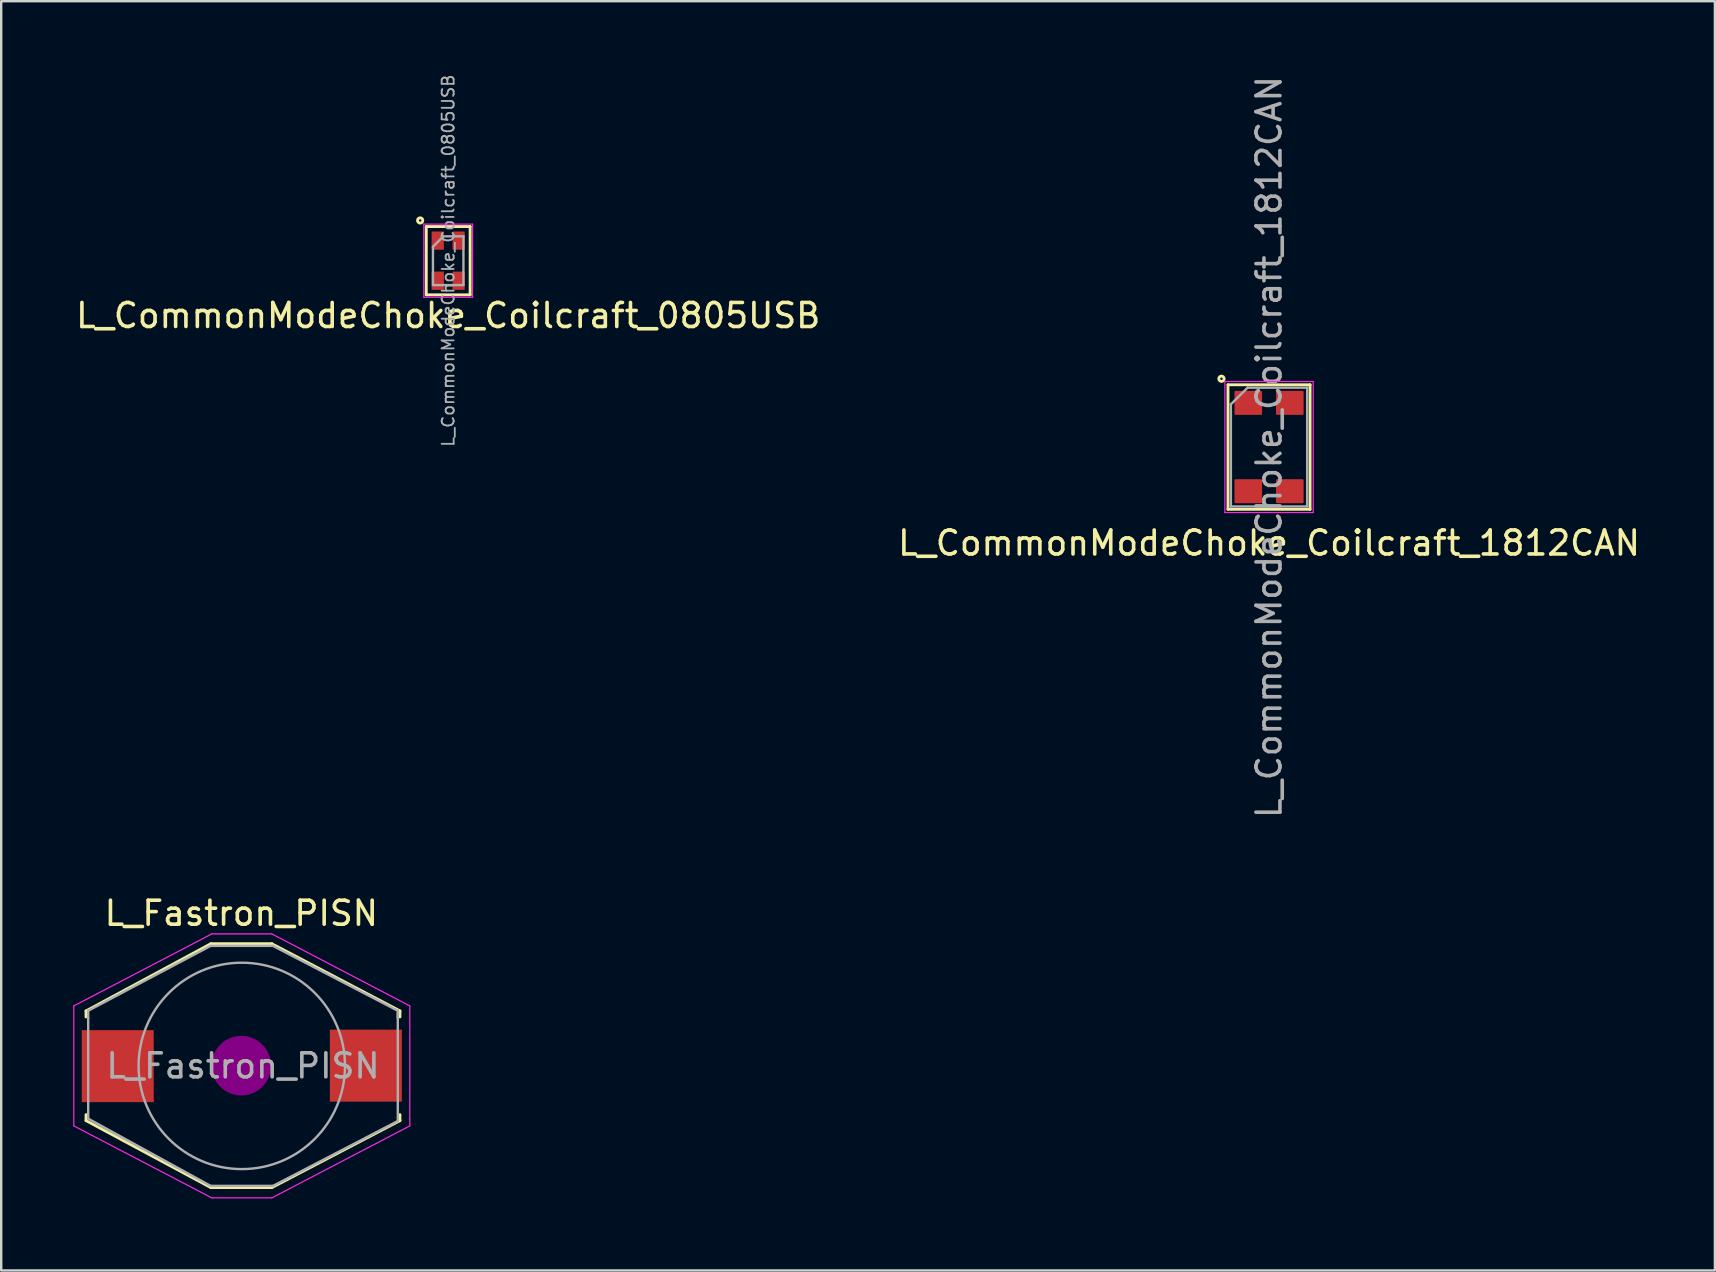
<source format=kicad_pcb>
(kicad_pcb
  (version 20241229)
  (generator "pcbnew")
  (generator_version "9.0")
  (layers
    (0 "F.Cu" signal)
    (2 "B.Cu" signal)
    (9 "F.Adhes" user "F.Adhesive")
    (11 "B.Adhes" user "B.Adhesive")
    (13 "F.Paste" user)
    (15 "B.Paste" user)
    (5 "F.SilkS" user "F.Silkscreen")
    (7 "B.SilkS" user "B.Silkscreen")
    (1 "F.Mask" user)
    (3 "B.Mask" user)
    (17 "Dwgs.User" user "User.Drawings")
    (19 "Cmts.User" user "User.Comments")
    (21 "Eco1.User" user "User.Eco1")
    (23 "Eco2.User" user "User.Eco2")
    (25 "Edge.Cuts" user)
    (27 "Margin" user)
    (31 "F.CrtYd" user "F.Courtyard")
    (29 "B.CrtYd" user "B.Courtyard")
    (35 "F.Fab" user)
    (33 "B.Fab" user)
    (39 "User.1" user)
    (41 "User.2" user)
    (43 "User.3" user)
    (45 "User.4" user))
  (footprint "L_Fastron_PISN"
    (layer "F.Cu")
    (at 7.025 41.363)
    (property "Reference" "L_Fastron_PISN" (at -0.02 -6.36 0) (layer "F.SilkS") (effects (font (size 1 1) (thickness 0.15))))
    (attr smd)
    (fp_line (start -6.49 -2.29) (end -6.49 -2.04) (stroke (width 0.12) (type solid)) (layer "F.SilkS"))
    (fp_line (start -6.49 2.28) (end -6.49 2.03) (stroke (width 0.12) (type solid)) (layer "F.SilkS"))
    (fp_line (start -1.29 -5.09) (end -6.49 -2.29) (stroke (width 0.12) (type solid)) (layer "F.SilkS"))
    (fp_line (start -1.29 -5.09) (end 1.25 -5.09) (stroke (width 0.12) (type solid)) (layer "F.SilkS"))
    (fp_line (start -1.29 5.07) (end -6.49 2.28) (stroke (width 0.12) (type solid)) (layer "F.SilkS"))
    (fp_line (start -1.29 5.07) (end 1.25 5.07) (stroke (width 0.12) (type solid)) (layer "F.SilkS"))
    (fp_line (start 1.25 -5.09) (end 6.59 -2.29) (stroke (width 0.12) (type solid)) (layer "F.SilkS"))
    (fp_line (start 1.25 5.07) (end 6.59 2.28) (stroke (width 0.12) (type solid)) (layer "F.SilkS"))
    (fp_line (start 6.59 -2.29) (end 6.59 -2.04) (stroke (width 0.12) (type solid)) (layer "F.SilkS"))
    (fp_line (start 6.59 2.28) (end 6.59 2.03) (stroke (width 0.12) (type solid)) (layer "F.SilkS"))
    (fp_line (start -0.02 -0.26) (end -0.02 0.25) (stroke (width 0.38) (type solid)) (layer "F.Adhes"))
    (fp_circle (center -0.02 -0.01) (end -0.02 0.5) (stroke (width 0.38) (type solid)) (fill no) (layer "F.Adhes"))
    (fp_circle (center -0.02 -0.01) (end 0.24 -0.01) (stroke (width 0.38) (type solid)) (fill no) (layer "F.Adhes"))
    (fp_circle (center -0.02 -0.01) (end 0.24 0.76) (stroke (width 0.38) (type solid)) (fill no) (layer "F.Adhes"))
    (fp_circle (center -0.02 -0.01) (end 0.24 1.01) (stroke (width 0.38) (type solid)) (fill no) (layer "F.Adhes"))
    (fp_line (start -7 -2.5) (end -1.25 -5.5) (stroke (width 0.05) (type solid)) (layer "F.CrtYd"))
    (fp_line (start -7 2.5) (end -7 -2.5) (stroke (width 0.05) (type solid)) (layer "F.CrtYd"))
    (fp_line (start -1.25 -5.5) (end 1.25 -5.5) (stroke (width 0.05) (type solid)) (layer "F.CrtYd"))
    (fp_line (start -1.25 5.5) (end -7 2.5) (stroke (width 0.05) (type solid)) (layer "F.CrtYd"))
    (fp_line (start 1.25 -5.5) (end 7 -2.5) (stroke (width 0.05) (type solid)) (layer "F.CrtYd"))
    (fp_line (start 1.25 5.5) (end -1.25 5.5) (stroke (width 0.05) (type solid)) (layer "F.CrtYd"))
    (fp_line (start 7 -2.5) (end 7 2.25) (stroke (width 0.05) (type solid)) (layer "F.CrtYd"))
    (fp_line (start 7 2.25) (end 7 2.5) (stroke (width 0.05) (type solid)) (layer "F.CrtYd"))
    (fp_line (start 7 2.5) (end 1.25 5.5) (stroke (width 0.05) (type solid)) (layer "F.CrtYd"))
    (fp_line (start -6.4 -2.3) (end -1.3 -5) (stroke (width 0.1) (type solid)) (layer "F.Fab"))
    (fp_line (start -6.4 -2) (end -6.4 -2.3) (stroke (width 0.1) (type solid)) (layer "F.Fab"))
    (fp_line (start -6.4 -2) (end -6.4 2.2) (stroke (width 0.1) (type solid)) (layer "F.Fab"))
    (fp_line (start -6.4 2.2) (end -1.3 5) (stroke (width 0.1) (type solid)) (layer "F.Fab"))
    (fp_line (start -1.3 -5) (end 1.3 -5) (stroke (width 0.1) (type solid)) (layer "F.Fab"))
    (fp_line (start -1.3 5) (end 1.3 5) (stroke (width 0.1) (type solid)) (layer "F.Fab"))
    (fp_line (start 1.3 -5) (end 6.5 -2.3) (stroke (width 0.1) (type solid)) (layer "F.Fab"))
    (fp_line (start 1.3 5) (end 6.5 2.3) (stroke (width 0.1) (type solid)) (layer "F.Fab"))
    (fp_line (start 6.5 -2.3) (end 6.5 -2) (stroke (width 0.1) (type solid)) (layer "F.Fab"))
    (fp_line (start 6.5 2.3) (end 6.5 -2.2) (stroke (width 0.1) (type solid)) (layer "F.Fab"))
    (fp_circle (center 0 0) (end 0 -4.3) (stroke (width 0.1) (type solid)) (fill no) (layer "F.Fab"))
    (fp_text user "${REFERENCE}" (at 0.05 0 0) (layer "F.Fab") (effects (font (size 1 1) (thickness 0.15))))
    (pad "1" smd rect (at 5.17 -0.01) (size 3 3) (layers "F.Cu" "F.Mask" "F.Paste"))
    (pad "2" smd rect (at -5.17 0.01) (size 3 3) (layers "F.Cu" "F.Mask" "F.Paste")))
  (footprint "L_CommonModeChoke_Coilcraft_0805USB"
    (layer "F.Cu")
    (at 15.625 7.812)
    (property "Reference" "L_CommonModeChoke_Coilcraft_0805USB" (at 0 2.286 0) (layer "F.SilkS") (effects (font (size 1 1) (thickness 0.15))))
    (attr smd)
    (fp_line (start -0.914 -1.422) (end 0.914 -1.422) (stroke (width 0.12) (type solid)) (layer "F.SilkS"))
    (fp_line (start -0.914 1.422) (end -0.914 -1.422) (stroke (width 0.12) (type solid)) (layer "F.SilkS"))
    (fp_line (start 0.914 -1.422) (end 0.914 1.422) (stroke (width 0.12) (type solid)) (layer "F.SilkS"))
    (fp_line (start 0.914 1.422) (end -0.914 1.422) (stroke (width 0.12) (type solid)) (layer "F.SilkS"))
    (fp_circle (center -1.168 -1.676) (end -1.118 -1.676) (stroke (width 0.12) (type solid)) (fill no) (layer "F.SilkS"))
    (fp_line (start -1.016 -1.524) (end 1.016 -1.524) (stroke (width 0.05) (type solid)) (layer "F.CrtYd"))
    (fp_line (start -1.016 1.524) (end -1.016 -1.524) (stroke (width 0.05) (type solid)) (layer "F.CrtYd"))
    (fp_line (start -1.016 1.524) (end 1.016 1.524) (stroke (width 0.05) (type solid)) (layer "F.CrtYd"))
    (fp_line (start 1.016 1.524) (end 1.016 -1.524) (stroke (width 0.05) (type solid)) (layer "F.CrtYd"))
    (fp_line (start -0.635 -0.58) (end -0.635 1.015) (stroke (width 0.1) (type solid)) (layer "F.Fab"))
    (fp_line (start -0.635 -0.58) (end -0.205 -1.015) (stroke (width 0.1) (type solid)) (layer "F.Fab"))
    (fp_line (start -0.635 1.015) (end 0.635 1.015) (stroke (width 0.1) (type solid)) (layer "F.Fab"))
    (fp_line (start -0.205 -1.015) (end 0.635 -1.015) (stroke (width 0.1) (type solid)) (layer "F.Fab"))
    (fp_line (start 0.635 -1.015) (end 0.635 1.015) (stroke (width 0.1) (type solid)) (layer "F.Fab"))
    (fp_text user "${REFERENCE}" (at 0 0 90) (layer "F.Fab") (effects (font (size 0.5 0.5) (thickness 0.075))))
    (pad "1" smd roundrect (at -0.435 -0.835) (size 0.51 0.76) (layers "F.Cu" "F.Mask" "F.Paste") (roundrect_rratio 0.05))
    (pad "2" smd roundrect (at -0.435 0.835) (size 0.51 0.76) (layers "F.Cu" "F.Mask" "F.Paste") (roundrect_rratio 0.05))
    (pad "3" smd roundrect (at 0.435 0.835) (size 0.51 0.76) (layers "F.Cu" "F.Mask" "F.Paste") (roundrect_rratio 0.05))
    (pad "4" smd roundrect (at 0.435 -0.835) (size 0.51 0.76) (layers "F.Cu" "F.Mask" "F.Paste") (roundrect_rratio 0.05)))
  (footprint "L_CommonModeChoke_Coilcraft_1812CAN"
    (layer "F.Cu")
    (at 49.827 15.577)
    (property "Reference" "L_CommonModeChoke_Coilcraft_1812CAN" (at 0 4 0) (layer "F.SilkS") (effects (font (size 1 1) (thickness 0.15))))
    (attr smd)
    (fp_line (start -1.71 -2.595) (end -1.71 2.595) (stroke (width 0.12) (type solid)) (layer "F.SilkS"))
    (fp_line (start -1.71 -2.595) (end 1.71 -2.595) (stroke (width 0.12) (type solid)) (layer "F.SilkS"))
    (fp_line (start -1.71 2.595) (end 1.71 2.595) (stroke (width 0.12) (type solid)) (layer "F.SilkS"))
    (fp_line (start 1.71 -2.595) (end 1.71 2.595) (stroke (width 0.12) (type solid)) (layer "F.SilkS"))
    (fp_circle (center -1.981 -2.845) (end -1.93 -2.845) (stroke (width 0.12) (type solid)) (fill no) (layer "F.SilkS"))
    (fp_line (start -1.84 -2.73) (end 1.84 -2.73) (stroke (width 0.05) (type solid)) (layer "F.CrtYd"))
    (fp_line (start -1.84 2.73) (end -1.84 -2.73) (stroke (width 0.05) (type solid)) (layer "F.CrtYd"))
    (fp_line (start -1.84 2.73) (end 1.84 2.73) (stroke (width 0.05) (type solid)) (layer "F.CrtYd"))
    (fp_line (start 1.84 2.73) (end 1.84 -2.73) (stroke (width 0.05) (type solid)) (layer "F.CrtYd"))
    (fp_line (start -1.59 -1.78) (end -1.59 2.475) (stroke (width 0.1) (type solid)) (layer "F.Fab"))
    (fp_line (start -1.59 -1.78) (end -0.89 -2.475) (stroke (width 0.1) (type solid)) (layer "F.Fab"))
    (fp_line (start -1.59 2.475) (end 1.59 2.475) (stroke (width 0.1) (type solid)) (layer "F.Fab"))
    (fp_line (start -0.89 -2.475) (end 1.59 -2.475) (stroke (width 0.1) (type solid)) (layer "F.Fab"))
    (fp_line (start 1.59 -2.475) (end 1.59 2.475) (stroke (width 0.1) (type solid)) (layer "F.Fab"))
    (fp_text user "${REFERENCE}" (at 0 0 90) (layer "F.Fab") (effects (font (size 1 1) (thickness 0.15))))
    (pad "1" smd roundrect (at -0.865 -1.84) (size 1.15 1) (layers "F.Cu" "F.Mask" "F.Paste") (roundrect_rratio 0.05))
    (pad "2" smd roundrect (at -0.865 1.84) (size 1.15 1) (layers "F.Cu" "F.Mask" "F.Paste") (roundrect_rratio 0.05))
    (pad "3" smd roundrect (at 0.865 1.84) (size 1.15 1) (layers "F.Cu" "F.Mask" "F.Paste") (roundrect_rratio 0.05))
    (pad "4" smd roundrect (at 0.865 -1.84) (size 1.15 1) (layers "F.Cu" "F.Mask" "F.Paste") (roundrect_rratio 0.05)))
  (gr_rect
    (start -3 -3)
    (end 68.405 49.888)
    (stroke (width 0.1) (type default))
    (fill no)
    (layer "Edge.Cuts")))
</source>
